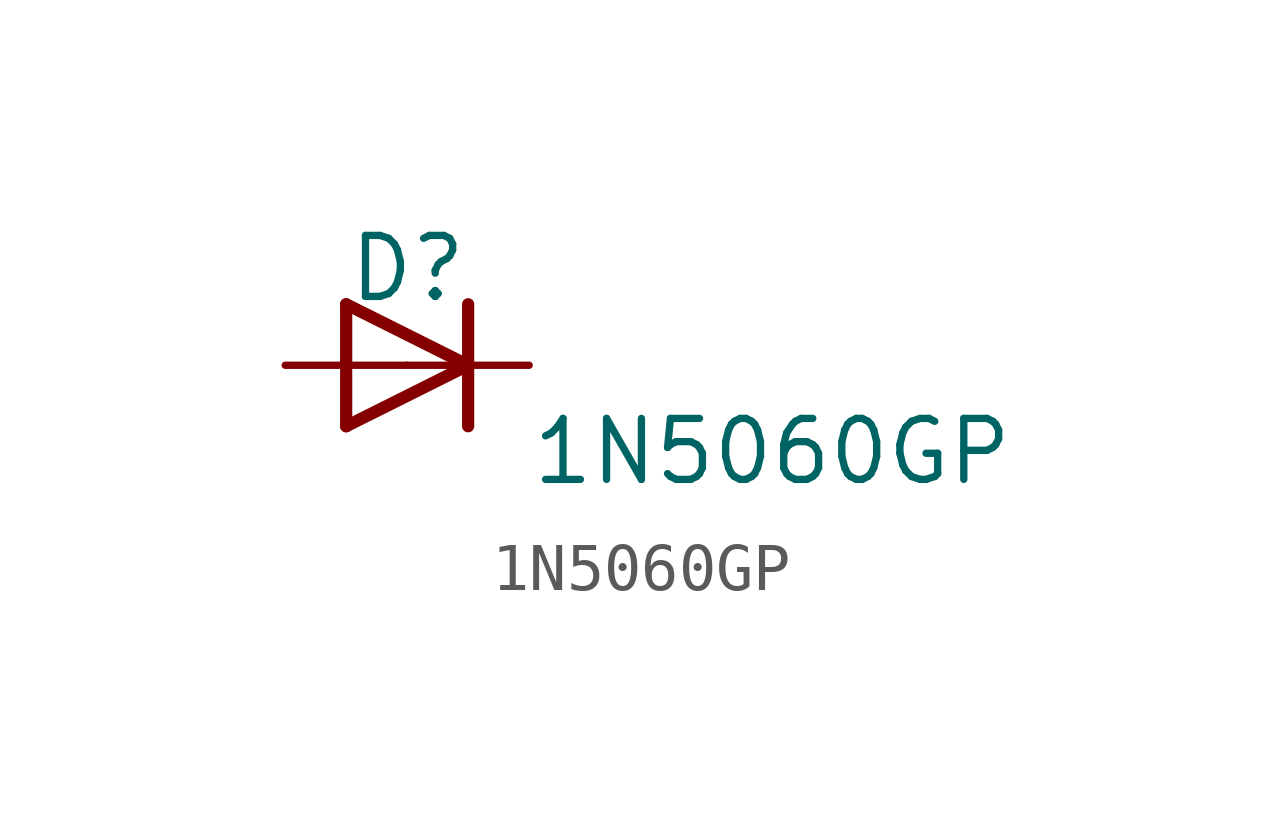
<source format=kicad_sym>
(kicad_symbol_lib
  (version 20211014)
  (generator kicad_symbol_editor)
  (symbol "1N5060GP"
    (pin_numbers hide)
    (pin_names
      (offset 1.016) hide)
    (property "Reference" "D"
      (at -1.27 1.27 0)
      (effects (font (size 1.27 1.27)) (justify left bottom)))
    (property "Value" "1N5060GP"
      (at 2.54 -2.54 0)
      (effects (font (size 1.27 1.27)) (justify left bottom)))
    (symbol "1N5060GP_0_0"
      (polyline (pts (xy -1.27 -1.27) (xy 1.27 0)) (stroke (width 0.254) (type default) (color 0 0 0 0)) (fill (type none)))
      (polyline (pts (xy -1.27 1.27) (xy -1.27 -1.27)) (stroke (width 0.254) (type default) (color 0 0 0 0)) (fill (type none)))
      (polyline (pts (xy 1.27 0) (xy -1.27 1.27)) (stroke (width 0.254) (type default) (color 0 0 0 0)) (fill (type none)))
      (polyline (pts (xy 1.27 0) (xy 1.27 -1.27)) (stroke (width 0.254) (type default) (color 0 0 0 0)) (fill (type none)))
      (polyline (pts (xy 1.27 1.27) (xy 1.27 0)) (stroke (width 0.254) (type default) (color 0 0 0 0)) (fill (type none)))
      (pin passive line (at -2.54 0 0) (length 2.54) (name "Cathode" (effects (font (size 1.016 1.016)))) (number "1" (effects (font (size 1.016 1.016)))))
      (pin passive line (at 2.54 0 180) (length 2.54) (name "Anode" (effects (font (size 1.016 1.016)))) (number "2" (effects (font (size 1.016 1.016))))))))
</source>
